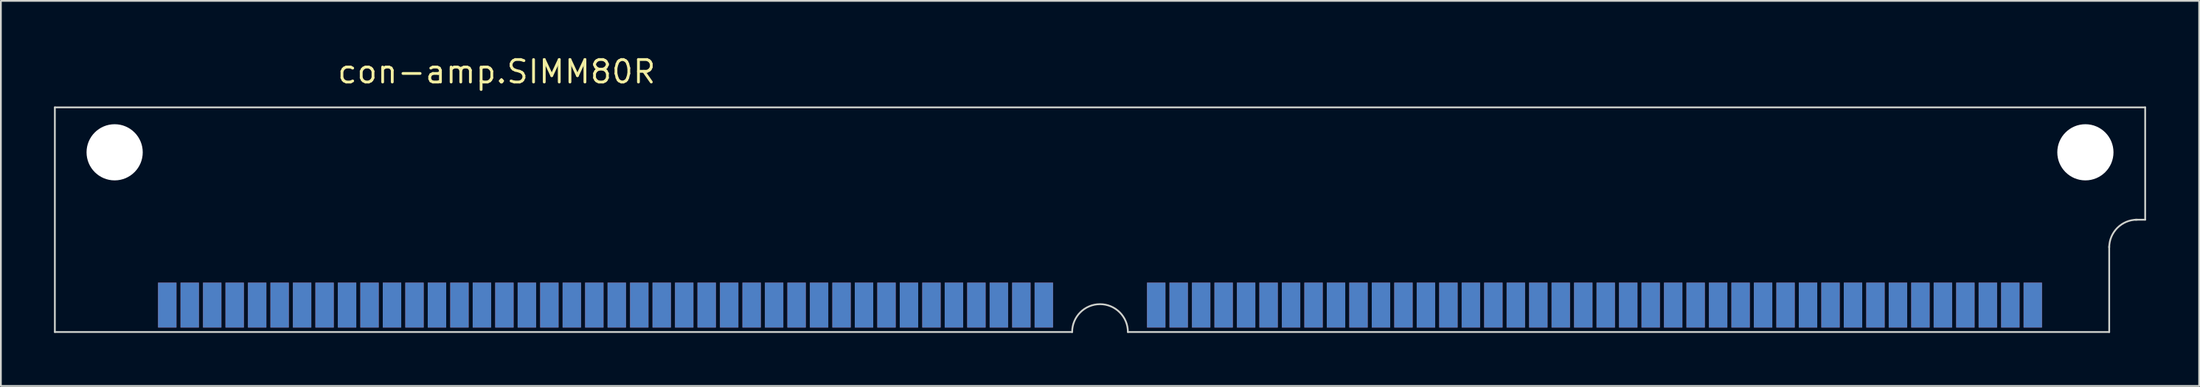
<source format=kicad_pcb>
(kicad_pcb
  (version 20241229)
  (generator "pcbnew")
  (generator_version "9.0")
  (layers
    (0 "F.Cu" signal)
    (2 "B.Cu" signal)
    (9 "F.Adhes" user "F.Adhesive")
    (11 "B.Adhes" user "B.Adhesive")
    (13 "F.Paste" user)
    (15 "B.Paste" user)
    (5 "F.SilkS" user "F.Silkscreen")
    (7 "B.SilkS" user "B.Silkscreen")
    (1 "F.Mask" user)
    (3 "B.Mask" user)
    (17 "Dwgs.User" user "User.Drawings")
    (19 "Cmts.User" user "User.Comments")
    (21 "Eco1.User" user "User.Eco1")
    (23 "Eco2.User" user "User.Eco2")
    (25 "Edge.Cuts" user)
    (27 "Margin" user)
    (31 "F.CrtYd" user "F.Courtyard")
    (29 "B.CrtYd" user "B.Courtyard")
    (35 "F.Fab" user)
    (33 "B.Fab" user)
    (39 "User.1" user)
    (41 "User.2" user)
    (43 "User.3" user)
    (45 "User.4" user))
  (footprint "con-amp.SIMM80R"
    (layer "F.Cu")
    (at 59.105 5.56)
    (property "Reference" "con-amp.SIMM80R" (at -43.18 -3.81 0) (layer "F.SilkS") (effects (font (size 1.27 1.27) (thickness 0.16)) (justify left bottom)))
    (attr smd)
    (fp_line (start -59.055 -2.54) (end -59.055 10.16) (stroke (width 0.1) (type default)) (layer "Edge.Cuts"))
    (fp_line (start -59.055 10.16) (end -1.575 10.16) (stroke (width 0.1) (type default)) (layer "Edge.Cuts"))
    (fp_line (start 1.575 10.16) (end 57.023 10.16) (stroke (width 0.1) (type default)) (layer "Edge.Cuts"))
    (fp_line (start 57.023 10.16) (end 57.023 5.309) (stroke (width 0.1) (type default)) (layer "Edge.Cuts"))
    (fp_line (start 59.055 -2.54) (end -59.055 -2.54) (stroke (width 0.1) (type default)) (layer "Edge.Cuts"))
    (fp_line (start 59.055 3.81) (end 58.496 3.81) (stroke (width 0.1) (type default)) (layer "Edge.Cuts"))
    (fp_line (start 59.055 3.81) (end 59.055 -2.54) (stroke (width 0.1) (type default)) (layer "Edge.Cuts"))
    (fp_arc (start -1.5748 10.16) (mid 0 8.5852) (end 1.5748 10.16) (stroke (width 0.1) (type default)) (layer "Edge.Cuts"))
    (fp_arc (start 57.023 5.3848) (mid 57.484248 4.271248) (end 58.5978 3.81) (stroke (width 0.1) (type default)) (layer "Edge.Cuts"))
    (pad "" np_thru_hole circle (at -55.677 0) (size 3.175 3.175) (drill 3.175) (layers "*.Cu" "*.Mask"))
    (pad "" np_thru_hole circle (at 55.677 0) (size 3.175 3.175) (drill 3.175) (layers "*.Cu" "*.Mask"))
    (pad "1" smd roundrect (at 52.705 8.636) (size 1.041 2.54) (layers "F.Cu" "F.Mask" "F.Paste") (roundrect_rratio 0.01))
    (pad "2" smd roundrect (at 51.435 8.636) (size 1.041 2.54) (layers "F.Cu" "F.Mask" "F.Paste") (roundrect_rratio 0.01))
    (pad "3" smd roundrect (at 50.165 8.636) (size 1.041 2.54) (layers "F.Cu" "F.Mask" "F.Paste") (roundrect_rratio 0.01))
    (pad "4" smd roundrect (at 48.895 8.636) (size 1.041 2.54) (layers "F.Cu" "F.Mask" "F.Paste") (roundrect_rratio 0.01))
    (pad "5" smd roundrect (at 47.625 8.636) (size 1.041 2.54) (layers "F.Cu" "F.Mask" "F.Paste") (roundrect_rratio 0.01))
    (pad "6" smd roundrect (at 46.355 8.636) (size 1.041 2.54) (layers "F.Cu" "F.Mask" "F.Paste") (roundrect_rratio 0.01))
    (pad "7" smd roundrect (at 45.085 8.636) (size 1.041 2.54) (layers "F.Cu" "F.Mask" "F.Paste") (roundrect_rratio 0.01))
    (pad "8" smd roundrect (at 43.815 8.636) (size 1.041 2.54) (layers "F.Cu" "F.Mask" "F.Paste") (roundrect_rratio 0.01))
    (pad "9" smd roundrect (at 42.545 8.636) (size 1.041 2.54) (layers "F.Cu" "F.Mask" "F.Paste") (roundrect_rratio 0.01))
    (pad "10" smd roundrect (at 41.275 8.636) (size 1.041 2.54) (layers "F.Cu" "F.Mask" "F.Paste") (roundrect_rratio 0.01))
    (pad "11" smd roundrect (at 40.005 8.636) (size 1.041 2.54) (layers "F.Cu" "F.Mask" "F.Paste") (roundrect_rratio 0.01))
    (pad "12" smd roundrect (at 38.735 8.636) (size 1.041 2.54) (layers "F.Cu" "F.Mask" "F.Paste") (roundrect_rratio 0.01))
    (pad "13" smd roundrect (at 37.465 8.636) (size 1.041 2.54) (layers "F.Cu" "F.Mask" "F.Paste") (roundrect_rratio 0.01))
    (pad "14" smd roundrect (at 36.195 8.636) (size 1.041 2.54) (layers "F.Cu" "F.Mask" "F.Paste") (roundrect_rratio 0.01))
    (pad "15" smd roundrect (at 34.925 8.636) (size 1.041 2.54) (layers "F.Cu" "F.Mask" "F.Paste") (roundrect_rratio 0.01))
    (pad "16" smd roundrect (at 33.655 8.636) (size 1.041 2.54) (layers "F.Cu" "F.Mask" "F.Paste") (roundrect_rratio 0.01))
    (pad "17" smd roundrect (at 32.385 8.636) (size 1.041 2.54) (layers "F.Cu" "F.Mask" "F.Paste") (roundrect_rratio 0.01))
    (pad "18" smd roundrect (at 31.115 8.636) (size 1.041 2.54) (layers "F.Cu" "F.Mask" "F.Paste") (roundrect_rratio 0.01))
    (pad "19" smd roundrect (at 29.845 8.636) (size 1.041 2.54) (layers "F.Cu" "F.Mask" "F.Paste") (roundrect_rratio 0.01))
    (pad "20" smd roundrect (at 28.575 8.636) (size 1.041 2.54) (layers "F.Cu" "F.Mask" "F.Paste") (roundrect_rratio 0.01))
    (pad "21" smd roundrect (at 27.305 8.636) (size 1.041 2.54) (layers "F.Cu" "F.Mask" "F.Paste") (roundrect_rratio 0.01))
    (pad "22" smd roundrect (at 26.035 8.636) (size 1.041 2.54) (layers "F.Cu" "F.Mask" "F.Paste") (roundrect_rratio 0.01))
    (pad "23" smd roundrect (at 24.765 8.636) (size 1.041 2.54) (layers "F.Cu" "F.Mask" "F.Paste") (roundrect_rratio 0.01))
    (pad "24" smd roundrect (at 23.495 8.636) (size 1.041 2.54) (layers "F.Cu" "F.Mask" "F.Paste") (roundrect_rratio 0.01))
    (pad "25" smd roundrect (at 22.225 8.636) (size 1.041 2.54) (layers "F.Cu" "F.Mask" "F.Paste") (roundrect_rratio 0.01))
    (pad "26" smd roundrect (at 20.955 8.636) (size 1.041 2.54) (layers "F.Cu" "F.Mask" "F.Paste") (roundrect_rratio 0.01))
    (pad "27" smd roundrect (at 19.685 8.636) (size 1.041 2.54) (layers "F.Cu" "F.Mask" "F.Paste") (roundrect_rratio 0.01))
    (pad "28" smd roundrect (at 18.415 8.636) (size 1.041 2.54) (layers "F.Cu" "F.Mask" "F.Paste") (roundrect_rratio 0.01))
    (pad "29" smd roundrect (at 17.145 8.636) (size 1.041 2.54) (layers "F.Cu" "F.Mask" "F.Paste") (roundrect_rratio 0.01))
    (pad "30" smd roundrect (at 15.875 8.636) (size 1.041 2.54) (layers "F.Cu" "F.Mask" "F.Paste") (roundrect_rratio 0.01))
    (pad "31" smd roundrect (at 14.605 8.636) (size 1.041 2.54) (layers "F.Cu" "F.Mask" "F.Paste") (roundrect_rratio 0.01))
    (pad "32" smd roundrect (at 13.335 8.636) (size 1.041 2.54) (layers "F.Cu" "F.Mask" "F.Paste") (roundrect_rratio 0.01))
    (pad "33" smd roundrect (at 12.065 8.636) (size 1.041 2.54) (layers "F.Cu" "F.Mask" "F.Paste") (roundrect_rratio 0.01))
    (pad "34" smd roundrect (at 10.795 8.636) (size 1.041 2.54) (layers "F.Cu" "F.Mask" "F.Paste") (roundrect_rratio 0.01))
    (pad "35" smd roundrect (at 9.525 8.636) (size 1.041 2.54) (layers "F.Cu" "F.Mask" "F.Paste") (roundrect_rratio 0.01))
    (pad "36" smd roundrect (at 8.255 8.636) (size 1.041 2.54) (layers "F.Cu" "F.Mask" "F.Paste") (roundrect_rratio 0.01))
    (pad "37" smd roundrect (at 6.985 8.636) (size 1.041 2.54) (layers "F.Cu" "F.Mask" "F.Paste") (roundrect_rratio 0.01))
    (pad "38" smd roundrect (at 5.715 8.636) (size 1.041 2.54) (layers "F.Cu" "F.Mask" "F.Paste") (roundrect_rratio 0.01))
    (pad "39" smd roundrect (at 4.445 8.636) (size 1.041 2.54) (layers "F.Cu" "F.Mask" "F.Paste") (roundrect_rratio 0.01))
    (pad "40" smd roundrect (at 3.175 8.636) (size 1.041 2.54) (layers "F.Cu" "F.Mask" "F.Paste") (roundrect_rratio 0.01))
    (pad "41" smd roundrect (at -3.175 8.636) (size 1.041 2.54) (layers "F.Cu" "F.Mask" "F.Paste") (roundrect_rratio 0.01))
    (pad "42" smd roundrect (at -4.445 8.636) (size 1.041 2.54) (layers "F.Cu" "F.Mask" "F.Paste") (roundrect_rratio 0.01))
    (pad "43" smd roundrect (at -5.715 8.636) (size 1.041 2.54) (layers "F.Cu" "F.Mask" "F.Paste") (roundrect_rratio 0.01))
    (pad "44" smd roundrect (at -6.985 8.636) (size 1.041 2.54) (layers "F.Cu" "F.Mask" "F.Paste") (roundrect_rratio 0.01))
    (pad "45" smd roundrect (at -8.255 8.636) (size 1.041 2.54) (layers "F.Cu" "F.Mask" "F.Paste") (roundrect_rratio 0.01))
    (pad "46" smd roundrect (at -9.525 8.636) (size 1.041 2.54) (layers "F.Cu" "F.Mask" "F.Paste") (roundrect_rratio 0.01))
    (pad "47" smd roundrect (at -10.795 8.636) (size 1.041 2.54) (layers "F.Cu" "F.Mask" "F.Paste") (roundrect_rratio 0.01))
    (pad "48" smd roundrect (at -12.065 8.636) (size 1.041 2.54) (layers "F.Cu" "F.Mask" "F.Paste") (roundrect_rratio 0.01))
    (pad "49" smd roundrect (at -13.335 8.636) (size 1.041 2.54) (layers "F.Cu" "F.Mask" "F.Paste") (roundrect_rratio 0.01))
    (pad "50" smd roundrect (at -14.605 8.636) (size 1.041 2.54) (layers "F.Cu" "F.Mask" "F.Paste") (roundrect_rratio 0.01))
    (pad "51" smd roundrect (at -15.875 8.636) (size 1.041 2.54) (layers "F.Cu" "F.Mask" "F.Paste") (roundrect_rratio 0.01))
    (pad "52" smd roundrect (at -17.145 8.636) (size 1.041 2.54) (layers "F.Cu" "F.Mask" "F.Paste") (roundrect_rratio 0.01))
    (pad "53" smd roundrect (at -18.415 8.636) (size 1.041 2.54) (layers "F.Cu" "F.Mask" "F.Paste") (roundrect_rratio 0.01))
    (pad "54" smd roundrect (at -19.685 8.636) (size 1.041 2.54) (layers "F.Cu" "F.Mask" "F.Paste") (roundrect_rratio 0.01))
    (pad "55" smd roundrect (at -20.955 8.636) (size 1.041 2.54) (layers "F.Cu" "F.Mask" "F.Paste") (roundrect_rratio 0.01))
    (pad "56" smd roundrect (at -22.225 8.636) (size 1.041 2.54) (layers "F.Cu" "F.Mask" "F.Paste") (roundrect_rratio 0.01))
    (pad "57" smd roundrect (at -23.495 8.636) (size 1.041 2.54) (layers "F.Cu" "F.Mask" "F.Paste") (roundrect_rratio 0.01))
    (pad "58" smd roundrect (at -24.765 8.636) (size 1.041 2.54) (layers "F.Cu" "F.Mask" "F.Paste") (roundrect_rratio 0.01))
    (pad "59" smd roundrect (at -26.035 8.636) (size 1.041 2.54) (layers "F.Cu" "F.Mask" "F.Paste") (roundrect_rratio 0.01))
    (pad "60" smd roundrect (at -27.305 8.636) (size 1.041 2.54) (layers "F.Cu" "F.Mask" "F.Paste") (roundrect_rratio 0.01))
    (pad "61" smd roundrect (at -28.575 8.636) (size 1.041 2.54) (layers "F.Cu" "F.Mask" "F.Paste") (roundrect_rratio 0.01))
    (pad "62" smd roundrect (at -29.845 8.636) (size 1.041 2.54) (layers "F.Cu" "F.Mask" "F.Paste") (roundrect_rratio 0.01))
    (pad "63" smd roundrect (at -31.115 8.636) (size 1.041 2.54) (layers "F.Cu" "F.Mask" "F.Paste") (roundrect_rratio 0.01))
    (pad "64" smd roundrect (at -32.385 8.636) (size 1.041 2.54) (layers "F.Cu" "F.Mask" "F.Paste") (roundrect_rratio 0.01))
    (pad "65" smd roundrect (at -33.655 8.636) (size 1.041 2.54) (layers "F.Cu" "F.Mask" "F.Paste") (roundrect_rratio 0.01))
    (pad "66" smd roundrect (at -34.925 8.636) (size 1.041 2.54) (layers "F.Cu" "F.Mask" "F.Paste") (roundrect_rratio 0.01))
    (pad "67" smd roundrect (at -36.195 8.636) (size 1.041 2.54) (layers "F.Cu" "F.Mask" "F.Paste") (roundrect_rratio 0.01))
    (pad "68" smd roundrect (at -37.465 8.636) (size 1.041 2.54) (layers "F.Cu" "F.Mask" "F.Paste") (roundrect_rratio 0.01))
    (pad "69" smd roundrect (at -38.735 8.636) (size 1.041 2.54) (layers "F.Cu" "F.Mask" "F.Paste") (roundrect_rratio 0.01))
    (pad "70" smd roundrect (at -40.005 8.636) (size 1.041 2.54) (layers "F.Cu" "F.Mask" "F.Paste") (roundrect_rratio 0.01))
    (pad "71" smd roundrect (at -41.275 8.636) (size 1.041 2.54) (layers "F.Cu" "F.Mask" "F.Paste") (roundrect_rratio 0.01))
    (pad "72" smd roundrect (at -42.545 8.636) (size 1.041 2.54) (layers "F.Cu" "F.Mask" "F.Paste") (roundrect_rratio 0.01))
    (pad "73" smd roundrect (at -43.815 8.636) (size 1.041 2.54) (layers "F.Cu" "F.Mask" "F.Paste") (roundrect_rratio 0.01))
    (pad "74" smd roundrect (at -45.085 8.636) (size 1.041 2.54) (layers "F.Cu" "F.Mask" "F.Paste") (roundrect_rratio 0.01))
    (pad "75" smd roundrect (at -46.355 8.636) (size 1.041 2.54) (layers "F.Cu" "F.Mask" "F.Paste") (roundrect_rratio 0.01))
    (pad "76" smd roundrect (at -47.625 8.636) (size 1.041 2.54) (layers "F.Cu" "F.Mask" "F.Paste") (roundrect_rratio 0.01))
    (pad "77" smd roundrect (at -48.895 8.636) (size 1.041 2.54) (layers "F.Cu" "F.Mask" "F.Paste") (roundrect_rratio 0.01))
    (pad "78" smd roundrect (at -50.165 8.636) (size 1.041 2.54) (layers "F.Cu" "F.Mask" "F.Paste") (roundrect_rratio 0.01))
    (pad "79" smd roundrect (at -51.435 8.636) (size 1.041 2.54) (layers "F.Cu" "F.Mask" "F.Paste") (roundrect_rratio 0.01))
    (pad "80" smd roundrect (at -52.705 8.636) (size 1.041 2.54) (layers "F.Cu" "F.Mask" "F.Paste") (roundrect_rratio 0.01))
    (pad "81" smd roundrect (at 52.705 8.636) (size 1.041 2.54) (layers "B.Cu" "B.Mask" "B.Paste") (roundrect_rratio 0.01))
    (pad "82" smd roundrect (at 51.435 8.636) (size 1.041 2.54) (layers "B.Cu" "B.Mask" "B.Paste") (roundrect_rratio 0.01))
    (pad "83" smd roundrect (at 50.165 8.636) (size 1.041 2.54) (layers "B.Cu" "B.Mask" "B.Paste") (roundrect_rratio 0.01))
    (pad "84" smd roundrect (at 48.895 8.636) (size 1.041 2.54) (layers "B.Cu" "B.Mask" "B.Paste") (roundrect_rratio 0.01))
    (pad "85" smd roundrect (at 47.625 8.636) (size 1.041 2.54) (layers "B.Cu" "B.Mask" "B.Paste") (roundrect_rratio 0.01))
    (pad "86" smd roundrect (at 46.355 8.636) (size 1.041 2.54) (layers "B.Cu" "B.Mask" "B.Paste") (roundrect_rratio 0.01))
    (pad "87" smd roundrect (at 45.085 8.636) (size 1.041 2.54) (layers "B.Cu" "B.Mask" "B.Paste") (roundrect_rratio 0.01))
    (pad "88" smd roundrect (at 43.815 8.636) (size 1.041 2.54) (layers "B.Cu" "B.Mask" "B.Paste") (roundrect_rratio 0.01))
    (pad "89" smd roundrect (at 42.545 8.636) (size 1.041 2.54) (layers "B.Cu" "B.Mask" "B.Paste") (roundrect_rratio 0.01))
    (pad "90" smd roundrect (at 41.275 8.636) (size 1.041 2.54) (layers "B.Cu" "B.Mask" "B.Paste") (roundrect_rratio 0.01))
    (pad "91" smd roundrect (at 40.005 8.636) (size 1.041 2.54) (layers "B.Cu" "B.Mask" "B.Paste") (roundrect_rratio 0.01))
    (pad "92" smd roundrect (at 38.735 8.636) (size 1.041 2.54) (layers "B.Cu" "B.Mask" "B.Paste") (roundrect_rratio 0.01))
    (pad "93" smd roundrect (at 37.465 8.636) (size 1.041 2.54) (layers "B.Cu" "B.Mask" "B.Paste") (roundrect_rratio 0.01))
    (pad "94" smd roundrect (at 36.195 8.636) (size 1.041 2.54) (layers "B.Cu" "B.Mask" "B.Paste") (roundrect_rratio 0.01))
    (pad "95" smd roundrect (at 34.925 8.636) (size 1.041 2.54) (layers "B.Cu" "B.Mask" "B.Paste") (roundrect_rratio 0.01))
    (pad "96" smd roundrect (at 33.655 8.636) (size 1.041 2.54) (layers "B.Cu" "B.Mask" "B.Paste") (roundrect_rratio 0.01))
    (pad "97" smd roundrect (at 32.385 8.636) (size 1.041 2.54) (layers "B.Cu" "B.Mask" "B.Paste") (roundrect_rratio 0.01))
    (pad "98" smd roundrect (at 31.115 8.636) (size 1.041 2.54) (layers "B.Cu" "B.Mask" "B.Paste") (roundrect_rratio 0.01))
    (pad "99" smd roundrect (at 29.845 8.636) (size 1.041 2.54) (layers "B.Cu" "B.Mask" "B.Paste") (roundrect_rratio 0.01))
    (pad "100" smd roundrect (at 28.575 8.636) (size 1.041 2.54) (layers "B.Cu" "B.Mask" "B.Paste") (roundrect_rratio 0.01))
    (pad "101" smd roundrect (at 27.305 8.636) (size 1.041 2.54) (layers "B.Cu" "B.Mask" "B.Paste") (roundrect_rratio 0.01))
    (pad "102" smd roundrect (at 26.035 8.636) (size 1.041 2.54) (layers "B.Cu" "B.Mask" "B.Paste") (roundrect_rratio 0.01))
    (pad "103" smd roundrect (at 24.765 8.636) (size 1.041 2.54) (layers "B.Cu" "B.Mask" "B.Paste") (roundrect_rratio 0.01))
    (pad "104" smd roundrect (at 23.495 8.636) (size 1.041 2.54) (layers "B.Cu" "B.Mask" "B.Paste") (roundrect_rratio 0.01))
    (pad "105" smd roundrect (at 22.225 8.636) (size 1.041 2.54) (layers "B.Cu" "B.Mask" "B.Paste") (roundrect_rratio 0.01))
    (pad "106" smd roundrect (at 20.955 8.636) (size 1.041 2.54) (layers "B.Cu" "B.Mask" "B.Paste") (roundrect_rratio 0.01))
    (pad "107" smd roundrect (at 19.685 8.636) (size 1.041 2.54) (layers "B.Cu" "B.Mask" "B.Paste") (roundrect_rratio 0.01))
    (pad "108" smd roundrect (at 18.415 8.636) (size 1.041 2.54) (layers "B.Cu" "B.Mask" "B.Paste") (roundrect_rratio 0.01))
    (pad "109" smd roundrect (at 17.145 8.636) (size 1.041 2.54) (layers "B.Cu" "B.Mask" "B.Paste") (roundrect_rratio 0.01))
    (pad "110" smd roundrect (at 15.875 8.636) (size 1.041 2.54) (layers "B.Cu" "B.Mask" "B.Paste") (roundrect_rratio 0.01))
    (pad "111" smd roundrect (at 14.605 8.636) (size 1.041 2.54) (layers "B.Cu" "B.Mask" "B.Paste") (roundrect_rratio 0.01))
    (pad "112" smd roundrect (at 13.335 8.636) (size 1.041 2.54) (layers "B.Cu" "B.Mask" "B.Paste") (roundrect_rratio 0.01))
    (pad "113" smd roundrect (at 12.065 8.636) (size 1.041 2.54) (layers "B.Cu" "B.Mask" "B.Paste") (roundrect_rratio 0.01))
    (pad "114" smd roundrect (at 10.795 8.636) (size 1.041 2.54) (layers "B.Cu" "B.Mask" "B.Paste") (roundrect_rratio 0.01))
    (pad "115" smd roundrect (at 9.525 8.636) (size 1.041 2.54) (layers "B.Cu" "B.Mask" "B.Paste") (roundrect_rratio 0.01))
    (pad "116" smd roundrect (at 8.255 8.636) (size 1.041 2.54) (layers "B.Cu" "B.Mask" "B.Paste") (roundrect_rratio 0.01))
    (pad "117" smd roundrect (at 6.985 8.636) (size 1.041 2.54) (layers "B.Cu" "B.Mask" "B.Paste") (roundrect_rratio 0.01))
    (pad "118" smd roundrect (at 5.715 8.636) (size 1.041 2.54) (layers "B.Cu" "B.Mask" "B.Paste") (roundrect_rratio 0.01))
    (pad "119" smd roundrect (at 4.445 8.636) (size 1.041 2.54) (layers "B.Cu" "B.Mask" "B.Paste") (roundrect_rratio 0.01))
    (pad "120" smd roundrect (at 3.175 8.636) (size 1.041 2.54) (layers "B.Cu" "B.Mask" "B.Paste") (roundrect_rratio 0.01))
    (pad "121" smd roundrect (at -3.175 8.636) (size 1.041 2.54) (layers "B.Cu" "B.Mask" "B.Paste") (roundrect_rratio 0.01))
    (pad "122" smd roundrect (at -4.445 8.636) (size 1.041 2.54) (layers "B.Cu" "B.Mask" "B.Paste") (roundrect_rratio 0.01))
    (pad "123" smd roundrect (at -5.715 8.636) (size 1.041 2.54) (layers "B.Cu" "B.Mask" "B.Paste") (roundrect_rratio 0.01))
    (pad "124" smd roundrect (at -6.985 8.636) (size 1.041 2.54) (layers "B.Cu" "B.Mask" "B.Paste") (roundrect_rratio 0.01))
    (pad "125" smd roundrect (at -8.255 8.636) (size 1.041 2.54) (layers "B.Cu" "B.Mask" "B.Paste") (roundrect_rratio 0.01))
    (pad "126" smd roundrect (at -9.525 8.636) (size 1.041 2.54) (layers "B.Cu" "B.Mask" "B.Paste") (roundrect_rratio 0.01))
    (pad "127" smd roundrect (at -10.795 8.636) (size 1.041 2.54) (layers "B.Cu" "B.Mask" "B.Paste") (roundrect_rratio 0.01))
    (pad "128" smd roundrect (at -12.065 8.636) (size 1.041 2.54) (layers "B.Cu" "B.Mask" "B.Paste") (roundrect_rratio 0.01))
    (pad "129" smd roundrect (at -13.335 8.636) (size 1.041 2.54) (layers "B.Cu" "B.Mask" "B.Paste") (roundrect_rratio 0.01))
    (pad "130" smd roundrect (at -14.605 8.636) (size 1.041 2.54) (layers "B.Cu" "B.Mask" "B.Paste") (roundrect_rratio 0.01))
    (pad "131" smd roundrect (at -15.875 8.636) (size 1.041 2.54) (layers "B.Cu" "B.Mask" "B.Paste") (roundrect_rratio 0.01))
    (pad "132" smd roundrect (at -17.145 8.636) (size 1.041 2.54) (layers "B.Cu" "B.Mask" "B.Paste") (roundrect_rratio 0.01))
    (pad "133" smd roundrect (at -18.415 8.636) (size 1.041 2.54) (layers "B.Cu" "B.Mask" "B.Paste") (roundrect_rratio 0.01))
    (pad "134" smd roundrect (at -19.685 8.636) (size 1.041 2.54) (layers "B.Cu" "B.Mask" "B.Paste") (roundrect_rratio 0.01))
    (pad "135" smd roundrect (at -20.955 8.636) (size 1.041 2.54) (layers "B.Cu" "B.Mask" "B.Paste") (roundrect_rratio 0.01))
    (pad "136" smd roundrect (at -22.225 8.636) (size 1.041 2.54) (layers "B.Cu" "B.Mask" "B.Paste") (roundrect_rratio 0.01))
    (pad "137" smd roundrect (at -23.495 8.636) (size 1.041 2.54) (layers "B.Cu" "B.Mask" "B.Paste") (roundrect_rratio 0.01))
    (pad "138" smd roundrect (at -24.765 8.636) (size 1.041 2.54) (layers "B.Cu" "B.Mask" "B.Paste") (roundrect_rratio 0.01))
    (pad "139" smd roundrect (at -26.035 8.636) (size 1.041 2.54) (layers "B.Cu" "B.Mask" "B.Paste") (roundrect_rratio 0.01))
    (pad "140" smd roundrect (at -27.305 8.636) (size 1.041 2.54) (layers "B.Cu" "B.Mask" "B.Paste") (roundrect_rratio 0.01))
    (pad "141" smd roundrect (at -28.575 8.636) (size 1.041 2.54) (layers "B.Cu" "B.Mask" "B.Paste") (roundrect_rratio 0.01))
    (pad "142" smd roundrect (at -29.845 8.636) (size 1.041 2.54) (layers "B.Cu" "B.Mask" "B.Paste") (roundrect_rratio 0.01))
    (pad "143" smd roundrect (at -31.115 8.636) (size 1.041 2.54) (layers "B.Cu" "B.Mask" "B.Paste") (roundrect_rratio 0.01))
    (pad "144" smd roundrect (at -32.385 8.636) (size 1.041 2.54) (layers "B.Cu" "B.Mask" "B.Paste") (roundrect_rratio 0.01))
    (pad "145" smd roundrect (at -33.655 8.636) (size 1.041 2.54) (layers "B.Cu" "B.Mask" "B.Paste") (roundrect_rratio 0.01))
    (pad "146" smd roundrect (at -34.925 8.636) (size 1.041 2.54) (layers "B.Cu" "B.Mask" "B.Paste") (roundrect_rratio 0.01))
    (pad "147" smd roundrect (at -36.195 8.636) (size 1.041 2.54) (layers "B.Cu" "B.Mask" "B.Paste") (roundrect_rratio 0.01))
    (pad "148" smd roundrect (at -37.465 8.636) (size 1.041 2.54) (layers "B.Cu" "B.Mask" "B.Paste") (roundrect_rratio 0.01))
    (pad "149" smd roundrect (at -38.735 8.636) (size 1.041 2.54) (layers "B.Cu" "B.Mask" "B.Paste") (roundrect_rratio 0.01))
    (pad "150" smd roundrect (at -40.005 8.636) (size 1.041 2.54) (layers "B.Cu" "B.Mask" "B.Paste") (roundrect_rratio 0.01))
    (pad "151" smd roundrect (at -41.275 8.636) (size 1.041 2.54) (layers "B.Cu" "B.Mask" "B.Paste") (roundrect_rratio 0.01))
    (pad "152" smd roundrect (at -42.545 8.636) (size 1.041 2.54) (layers "B.Cu" "B.Mask" "B.Paste") (roundrect_rratio 0.01))
    (pad "153" smd roundrect (at -43.815 8.636) (size 1.041 2.54) (layers "B.Cu" "B.Mask" "B.Paste") (roundrect_rratio 0.01))
    (pad "154" smd roundrect (at -45.085 8.636) (size 1.041 2.54) (layers "B.Cu" "B.Mask" "B.Paste") (roundrect_rratio 0.01))
    (pad "155" smd roundrect (at -46.355 8.636) (size 1.041 2.54) (layers "B.Cu" "B.Mask" "B.Paste") (roundrect_rratio 0.01))
    (pad "156" smd roundrect (at -47.625 8.636) (size 1.041 2.54) (layers "B.Cu" "B.Mask" "B.Paste") (roundrect_rratio 0.01))
    (pad "157" smd roundrect (at -48.895 8.636) (size 1.041 2.54) (layers "B.Cu" "B.Mask" "B.Paste") (roundrect_rratio 0.01))
    (pad "158" smd roundrect (at -50.165 8.636) (size 1.041 2.54) (layers "B.Cu" "B.Mask" "B.Paste") (roundrect_rratio 0.01))
    (pad "159" smd roundrect (at -51.435 8.636) (size 1.041 2.54) (layers "B.Cu" "B.Mask" "B.Paste") (roundrect_rratio 0.01))
    (pad "160" smd roundrect (at -52.705 8.636) (size 1.041 2.54) (layers "B.Cu" "B.Mask" "B.Paste") (roundrect_rratio 0.01)))
  (gr_rect
    (start -3 -3)
    (end 121.21 18.77)
    (stroke (width 0.1) (type default))
    (fill no)
    (layer "Edge.Cuts")))
</source>
